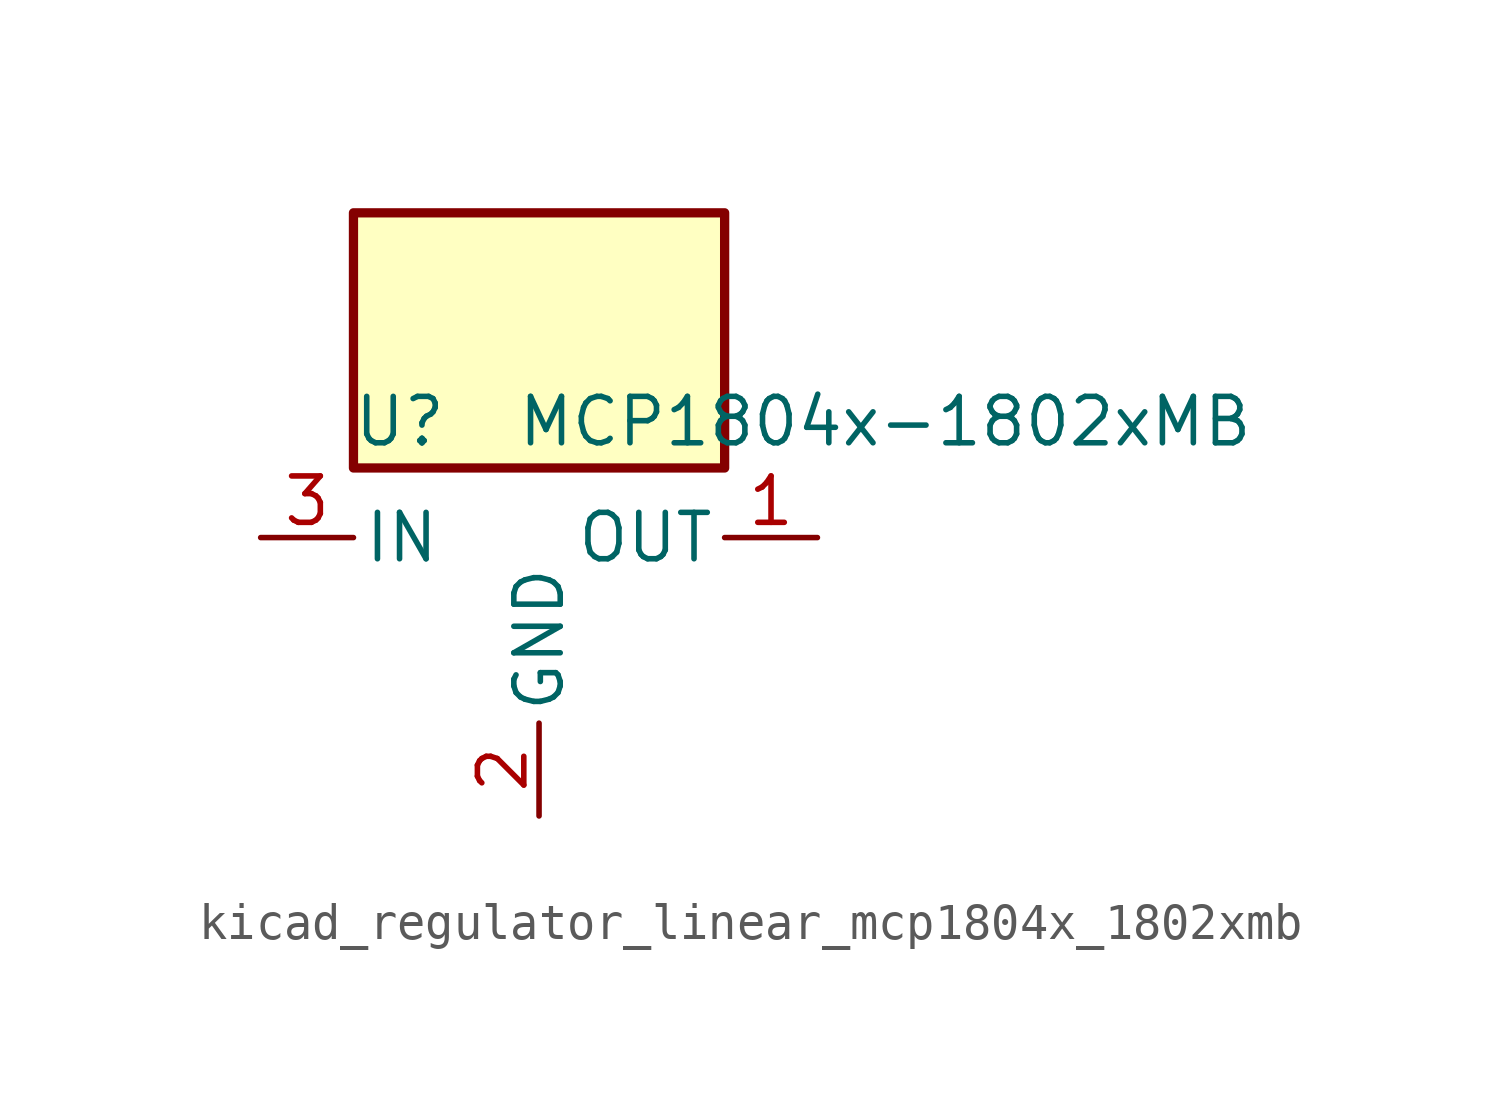
<source format=kicad_sym>
(kicad_symbol_lib
  (version 20220914)
  (generator kicad_symbol_editor)
  (symbol "kicad_regulator_linear_mcp1804x_1802xmb"
    (pin_names
      (offset 0.254))
    (property "Reference" "U"
      (at -3.81 3.175 0)
      (effects (font (size 1.27 1.27))))
    (property "Value" "MCP1804x-1802xMB"
      (at -0.635 3.175 0)
      (effects (font (size 1.27 1.27)) (justify left)))
    (symbol "kicad_regulator_linear_mcp1804x_1802xmb_0_1"
      (rectangle (start 5.08 8.89) (end -5.08 1.905) (stroke (width 0.254) (type default)) (fill (type background))))
    (symbol "kicad_regulator_linear_mcp1804x_1802xmb_1_1"
      (pin power_out line (at 7.62 0 180) (length 2.54) (name "OUT" (effects (font (size 1.27 1.27)))) (number "1" (effects (font (size 1.27 1.27)))))
      (pin power_in line (at 0 -7.62 90) (length 2.54) (name "GND" (effects (font (size 1.27 1.27)))) (number "2" (effects (font (size 1.27 1.27)))))
      (pin power_in line (at -7.62 0 0) (length 2.54) (name "IN" (effects (font (size 1.27 1.27)))) (number "3" (effects (font (size 1.27 1.27))))))))
</source>
